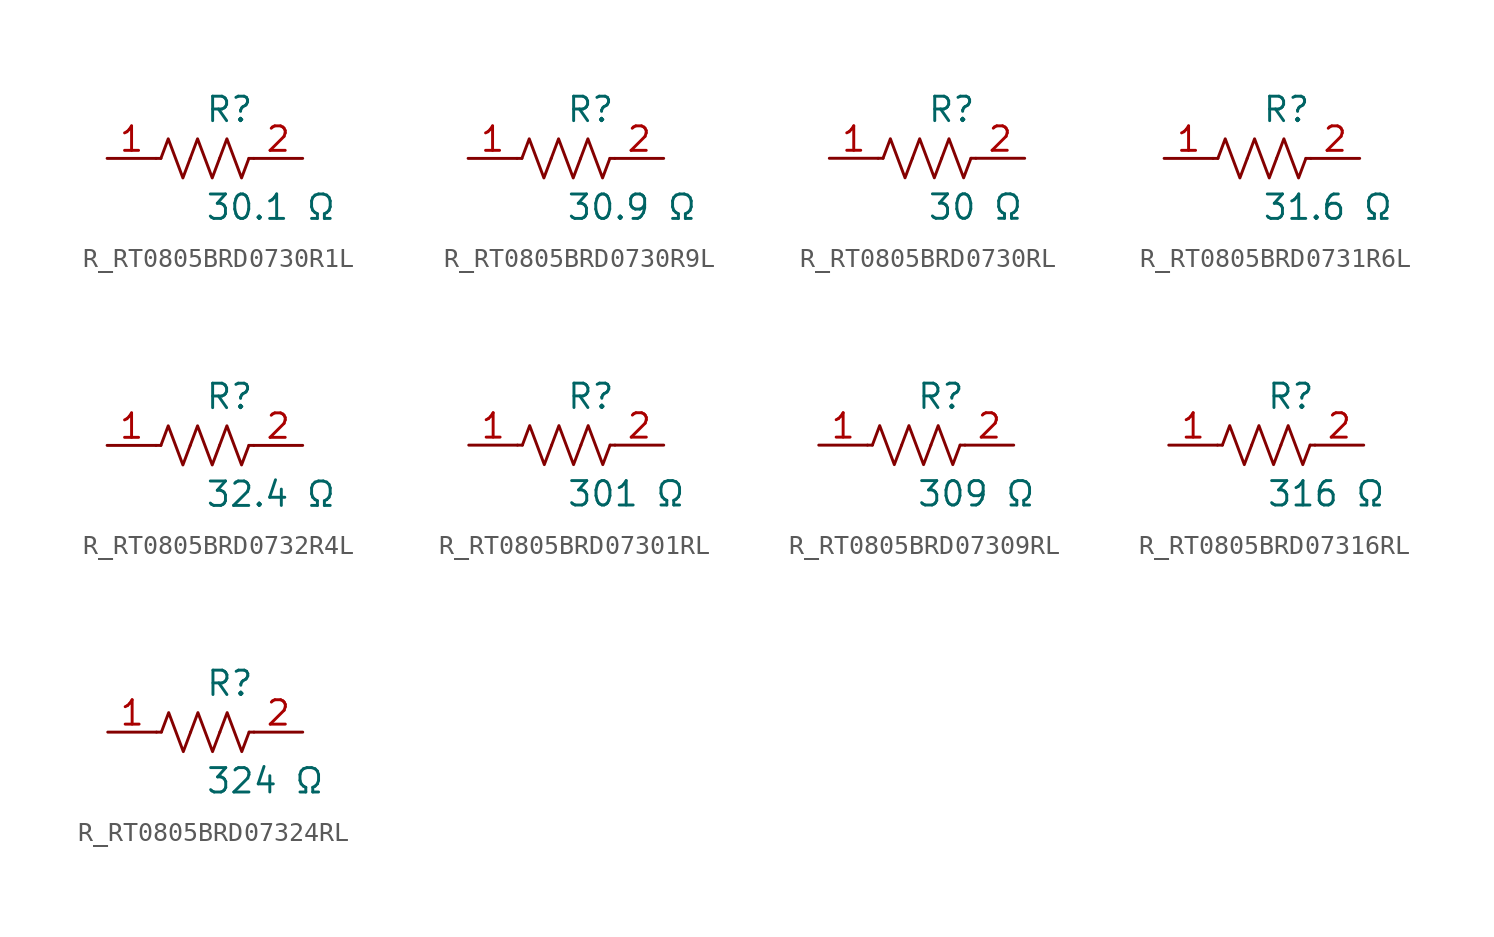
<source format=kicad_sym>
(kicad_symbol_lib
  (version 20231120)
  (generator kicad_symbol_editor)
  (generator_version 8.0)
  (symbol "R_RT0805BRD0730R1L"
    (pin_names
      (offset 0.254))
    (property "Reference" "R"
      (at 0.0 2.54 0)
      (effects (font (size 1.27 1.27)) (justify left)))
    (property "Value" "30.1 Ω"
      (at 0.0 -2.54 0)
      (effects (font (size 1.27 1.27)) (justify left)))
    (symbol "R_RT0805BRD0730R1L_0_1"
      (polyline (pts (xy 2.286 0) (xy 2.54 0)) (stroke (width 0) (type default)) (fill (type none)))
      (polyline (pts (xy -2.286 0) (xy -2.54 0)) (stroke (width 0) (type default)) (fill (type none)))
      (polyline (pts (xy 0.762 0) (xy 1.143 1.016) (xy 1.524 0) (xy 1.905 -1.016) (xy 2.286 0)) (stroke (width 0) (type default)) (fill (type none)))
      (polyline (pts (xy -0.762 0) (xy -0.381 1.016) (xy 0 0) (xy 0.381 -1.016) (xy 0.762 0)) (stroke (width 0) (type default)) (fill (type none)))
      (polyline (pts (xy -2.286 0) (xy -1.905 1.016) (xy -1.524 0) (xy -1.143 -1.016) (xy -0.762 0)) (stroke (width 0) (type default)) (fill (type none))))
    (pin unspecified line
      (at -5.08 0 0)
      (length 2.54)
      (name "" (effects (font (size 1.27 1.27))))
      (number "1" (effects (font (size 1.27 1.27)))))
    (pin unspecified line
      (at 5.08 0 180)
      (length 2.54)
      (name "" (effects (font (size 1.27 1.27))))
      (number "2" (effects (font (size 1.27 1.27))))))
  (symbol "R_RT0805BRD0730R9L"
    (pin_names
      (offset 0.254))
    (property "Reference" "R"
      (at 0.0 2.54 0)
      (effects (font (size 1.27 1.27)) (justify left)))
    (property "Value" "30.9 Ω"
      (at 0.0 -2.54 0)
      (effects (font (size 1.27 1.27)) (justify left)))
    (symbol "R_RT0805BRD0730R9L_0_1"
      (polyline (pts (xy 2.286 0) (xy 2.54 0)) (stroke (width 0) (type default)) (fill (type none)))
      (polyline (pts (xy -2.286 0) (xy -2.54 0)) (stroke (width 0) (type default)) (fill (type none)))
      (polyline (pts (xy 0.762 0) (xy 1.143 1.016) (xy 1.524 0) (xy 1.905 -1.016) (xy 2.286 0)) (stroke (width 0) (type default)) (fill (type none)))
      (polyline (pts (xy -0.762 0) (xy -0.381 1.016) (xy 0 0) (xy 0.381 -1.016) (xy 0.762 0)) (stroke (width 0) (type default)) (fill (type none)))
      (polyline (pts (xy -2.286 0) (xy -1.905 1.016) (xy -1.524 0) (xy -1.143 -1.016) (xy -0.762 0)) (stroke (width 0) (type default)) (fill (type none))))
    (pin unspecified line
      (at -5.08 0 0)
      (length 2.54)
      (name "" (effects (font (size 1.27 1.27))))
      (number "1" (effects (font (size 1.27 1.27)))))
    (pin unspecified line
      (at 5.08 0 180)
      (length 2.54)
      (name "" (effects (font (size 1.27 1.27))))
      (number "2" (effects (font (size 1.27 1.27))))))
  (symbol "R_RT0805BRD0730RL"
    (pin_names
      (offset 0.254))
    (property "Reference" "R"
      (at 0.0 2.54 0)
      (effects (font (size 1.27 1.27)) (justify left)))
    (property "Value" "30 Ω"
      (at 0.0 -2.54 0)
      (effects (font (size 1.27 1.27)) (justify left)))
    (symbol "R_RT0805BRD0730RL_0_1"
      (polyline (pts (xy 2.286 0) (xy 2.54 0)) (stroke (width 0) (type default)) (fill (type none)))
      (polyline (pts (xy -2.286 0) (xy -2.54 0)) (stroke (width 0) (type default)) (fill (type none)))
      (polyline (pts (xy 0.762 0) (xy 1.143 1.016) (xy 1.524 0) (xy 1.905 -1.016) (xy 2.286 0)) (stroke (width 0) (type default)) (fill (type none)))
      (polyline (pts (xy -0.762 0) (xy -0.381 1.016) (xy 0 0) (xy 0.381 -1.016) (xy 0.762 0)) (stroke (width 0) (type default)) (fill (type none)))
      (polyline (pts (xy -2.286 0) (xy -1.905 1.016) (xy -1.524 0) (xy -1.143 -1.016) (xy -0.762 0)) (stroke (width 0) (type default)) (fill (type none))))
    (pin unspecified line
      (at -5.08 0 0)
      (length 2.54)
      (name "" (effects (font (size 1.27 1.27))))
      (number "1" (effects (font (size 1.27 1.27)))))
    (pin unspecified line
      (at 5.08 0 180)
      (length 2.54)
      (name "" (effects (font (size 1.27 1.27))))
      (number "2" (effects (font (size 1.27 1.27))))))
  (symbol "R_RT0805BRD0731R6L"
    (pin_names
      (offset 0.254))
    (property "Reference" "R"
      (at 0.0 2.54 0)
      (effects (font (size 1.27 1.27)) (justify left)))
    (property "Value" "31.6 Ω"
      (at 0.0 -2.54 0)
      (effects (font (size 1.27 1.27)) (justify left)))
    (symbol "R_RT0805BRD0731R6L_0_1"
      (polyline (pts (xy 2.286 0) (xy 2.54 0)) (stroke (width 0) (type default)) (fill (type none)))
      (polyline (pts (xy -2.286 0) (xy -2.54 0)) (stroke (width 0) (type default)) (fill (type none)))
      (polyline (pts (xy 0.762 0) (xy 1.143 1.016) (xy 1.524 0) (xy 1.905 -1.016) (xy 2.286 0)) (stroke (width 0) (type default)) (fill (type none)))
      (polyline (pts (xy -0.762 0) (xy -0.381 1.016) (xy 0 0) (xy 0.381 -1.016) (xy 0.762 0)) (stroke (width 0) (type default)) (fill (type none)))
      (polyline (pts (xy -2.286 0) (xy -1.905 1.016) (xy -1.524 0) (xy -1.143 -1.016) (xy -0.762 0)) (stroke (width 0) (type default)) (fill (type none))))
    (pin unspecified line
      (at -5.08 0 0)
      (length 2.54)
      (name "" (effects (font (size 1.27 1.27))))
      (number "1" (effects (font (size 1.27 1.27)))))
    (pin unspecified line
      (at 5.08 0 180)
      (length 2.54)
      (name "" (effects (font (size 1.27 1.27))))
      (number "2" (effects (font (size 1.27 1.27))))))
  (symbol "R_RT0805BRD0732R4L"
    (pin_names
      (offset 0.254))
    (property "Reference" "R"
      (at 0.0 2.54 0)
      (effects (font (size 1.27 1.27)) (justify left)))
    (property "Value" "32.4 Ω"
      (at 0.0 -2.54 0)
      (effects (font (size 1.27 1.27)) (justify left)))
    (symbol "R_RT0805BRD0732R4L_0_1"
      (polyline (pts (xy 2.286 0) (xy 2.54 0)) (stroke (width 0) (type default)) (fill (type none)))
      (polyline (pts (xy -2.286 0) (xy -2.54 0)) (stroke (width 0) (type default)) (fill (type none)))
      (polyline (pts (xy 0.762 0) (xy 1.143 1.016) (xy 1.524 0) (xy 1.905 -1.016) (xy 2.286 0)) (stroke (width 0) (type default)) (fill (type none)))
      (polyline (pts (xy -0.762 0) (xy -0.381 1.016) (xy 0 0) (xy 0.381 -1.016) (xy 0.762 0)) (stroke (width 0) (type default)) (fill (type none)))
      (polyline (pts (xy -2.286 0) (xy -1.905 1.016) (xy -1.524 0) (xy -1.143 -1.016) (xy -0.762 0)) (stroke (width 0) (type default)) (fill (type none))))
    (pin unspecified line
      (at -5.08 0 0)
      (length 2.54)
      (name "" (effects (font (size 1.27 1.27))))
      (number "1" (effects (font (size 1.27 1.27)))))
    (pin unspecified line
      (at 5.08 0 180)
      (length 2.54)
      (name "" (effects (font (size 1.27 1.27))))
      (number "2" (effects (font (size 1.27 1.27))))))
  (symbol "R_RT0805BRD07301RL"
    (pin_names
      (offset 0.254))
    (property "Reference" "R"
      (at 0.0 2.54 0)
      (effects (font (size 1.27 1.27)) (justify left)))
    (property "Value" "301 Ω"
      (at 0.0 -2.54 0)
      (effects (font (size 1.27 1.27)) (justify left)))
    (symbol "R_RT0805BRD07301RL_0_1"
      (polyline (pts (xy 2.286 0) (xy 2.54 0)) (stroke (width 0) (type default)) (fill (type none)))
      (polyline (pts (xy -2.286 0) (xy -2.54 0)) (stroke (width 0) (type default)) (fill (type none)))
      (polyline (pts (xy 0.762 0) (xy 1.143 1.016) (xy 1.524 0) (xy 1.905 -1.016) (xy 2.286 0)) (stroke (width 0) (type default)) (fill (type none)))
      (polyline (pts (xy -0.762 0) (xy -0.381 1.016) (xy 0 0) (xy 0.381 -1.016) (xy 0.762 0)) (stroke (width 0) (type default)) (fill (type none)))
      (polyline (pts (xy -2.286 0) (xy -1.905 1.016) (xy -1.524 0) (xy -1.143 -1.016) (xy -0.762 0)) (stroke (width 0) (type default)) (fill (type none))))
    (pin unspecified line
      (at -5.08 0 0)
      (length 2.54)
      (name "" (effects (font (size 1.27 1.27))))
      (number "1" (effects (font (size 1.27 1.27)))))
    (pin unspecified line
      (at 5.08 0 180)
      (length 2.54)
      (name "" (effects (font (size 1.27 1.27))))
      (number "2" (effects (font (size 1.27 1.27))))))
  (symbol "R_RT0805BRD07309RL"
    (pin_names
      (offset 0.254))
    (property "Reference" "R"
      (at 0.0 2.54 0)
      (effects (font (size 1.27 1.27)) (justify left)))
    (property "Value" "309 Ω"
      (at 0.0 -2.54 0)
      (effects (font (size 1.27 1.27)) (justify left)))
    (symbol "R_RT0805BRD07309RL_0_1"
      (polyline (pts (xy 2.286 0) (xy 2.54 0)) (stroke (width 0) (type default)) (fill (type none)))
      (polyline (pts (xy -2.286 0) (xy -2.54 0)) (stroke (width 0) (type default)) (fill (type none)))
      (polyline (pts (xy 0.762 0) (xy 1.143 1.016) (xy 1.524 0) (xy 1.905 -1.016) (xy 2.286 0)) (stroke (width 0) (type default)) (fill (type none)))
      (polyline (pts (xy -0.762 0) (xy -0.381 1.016) (xy 0 0) (xy 0.381 -1.016) (xy 0.762 0)) (stroke (width 0) (type default)) (fill (type none)))
      (polyline (pts (xy -2.286 0) (xy -1.905 1.016) (xy -1.524 0) (xy -1.143 -1.016) (xy -0.762 0)) (stroke (width 0) (type default)) (fill (type none))))
    (pin unspecified line
      (at -5.08 0 0)
      (length 2.54)
      (name "" (effects (font (size 1.27 1.27))))
      (number "1" (effects (font (size 1.27 1.27)))))
    (pin unspecified line
      (at 5.08 0 180)
      (length 2.54)
      (name "" (effects (font (size 1.27 1.27))))
      (number "2" (effects (font (size 1.27 1.27))))))
  (symbol "R_RT0805BRD07316RL"
    (pin_names
      (offset 0.254))
    (property "Reference" "R"
      (at 0.0 2.54 0)
      (effects (font (size 1.27 1.27)) (justify left)))
    (property "Value" "316 Ω"
      (at 0.0 -2.54 0)
      (effects (font (size 1.27 1.27)) (justify left)))
    (symbol "R_RT0805BRD07316RL_0_1"
      (polyline (pts (xy 2.286 0) (xy 2.54 0)) (stroke (width 0) (type default)) (fill (type none)))
      (polyline (pts (xy -2.286 0) (xy -2.54 0)) (stroke (width 0) (type default)) (fill (type none)))
      (polyline (pts (xy 0.762 0) (xy 1.143 1.016) (xy 1.524 0) (xy 1.905 -1.016) (xy 2.286 0)) (stroke (width 0) (type default)) (fill (type none)))
      (polyline (pts (xy -0.762 0) (xy -0.381 1.016) (xy 0 0) (xy 0.381 -1.016) (xy 0.762 0)) (stroke (width 0) (type default)) (fill (type none)))
      (polyline (pts (xy -2.286 0) (xy -1.905 1.016) (xy -1.524 0) (xy -1.143 -1.016) (xy -0.762 0)) (stroke (width 0) (type default)) (fill (type none))))
    (pin unspecified line
      (at -5.08 0 0)
      (length 2.54)
      (name "" (effects (font (size 1.27 1.27))))
      (number "1" (effects (font (size 1.27 1.27)))))
    (pin unspecified line
      (at 5.08 0 180)
      (length 2.54)
      (name "" (effects (font (size 1.27 1.27))))
      (number "2" (effects (font (size 1.27 1.27))))))
  (symbol "R_RT0805BRD07324RL"
    (pin_names
      (offset 0.254))
    (property "Reference" "R"
      (at 0.0 2.54 0)
      (effects (font (size 1.27 1.27)) (justify left)))
    (property "Value" "324 Ω"
      (at 0.0 -2.54 0)
      (effects (font (size 1.27 1.27)) (justify left)))
    (symbol "R_RT0805BRD07324RL_0_1"
      (polyline (pts (xy 2.286 0) (xy 2.54 0)) (stroke (width 0) (type default)) (fill (type none)))
      (polyline (pts (xy -2.286 0) (xy -2.54 0)) (stroke (width 0) (type default)) (fill (type none)))
      (polyline (pts (xy 0.762 0) (xy 1.143 1.016) (xy 1.524 0) (xy 1.905 -1.016) (xy 2.286 0)) (stroke (width 0) (type default)) (fill (type none)))
      (polyline (pts (xy -0.762 0) (xy -0.381 1.016) (xy 0 0) (xy 0.381 -1.016) (xy 0.762 0)) (stroke (width 0) (type default)) (fill (type none)))
      (polyline (pts (xy -2.286 0) (xy -1.905 1.016) (xy -1.524 0) (xy -1.143 -1.016) (xy -0.762 0)) (stroke (width 0) (type default)) (fill (type none))))
    (pin unspecified line
      (at -5.08 0 0)
      (length 2.54)
      (name "" (effects (font (size 1.27 1.27))))
      (number "1" (effects (font (size 1.27 1.27)))))
    (pin unspecified line
      (at 5.08 0 180)
      (length 2.54)
      (name "" (effects (font (size 1.27 1.27))))
      (number "2" (effects (font (size 1.27 1.27)))))))
</source>
